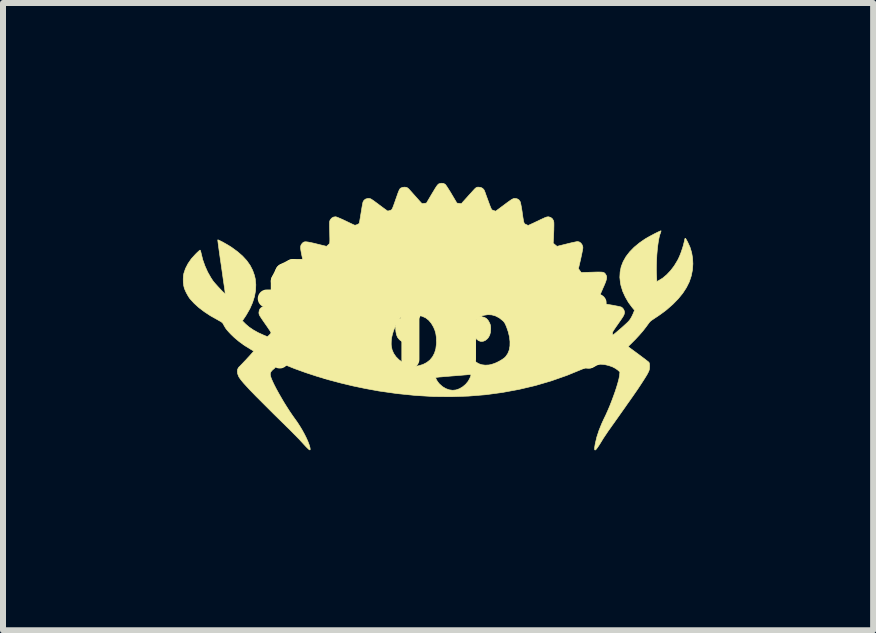
<source format=kicad_pcb>
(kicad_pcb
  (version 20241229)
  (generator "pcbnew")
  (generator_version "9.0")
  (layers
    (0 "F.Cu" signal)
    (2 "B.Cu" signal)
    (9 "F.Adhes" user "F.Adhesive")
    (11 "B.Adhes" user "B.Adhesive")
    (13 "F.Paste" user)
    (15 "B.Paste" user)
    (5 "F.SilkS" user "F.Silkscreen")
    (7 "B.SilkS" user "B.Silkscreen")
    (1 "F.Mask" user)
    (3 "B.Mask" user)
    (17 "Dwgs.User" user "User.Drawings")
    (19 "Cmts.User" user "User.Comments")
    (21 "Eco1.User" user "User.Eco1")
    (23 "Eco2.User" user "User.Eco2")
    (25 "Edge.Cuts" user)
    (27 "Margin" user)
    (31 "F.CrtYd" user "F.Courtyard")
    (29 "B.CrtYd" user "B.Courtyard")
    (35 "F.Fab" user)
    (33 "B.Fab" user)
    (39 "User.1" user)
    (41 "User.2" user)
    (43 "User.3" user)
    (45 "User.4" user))
  (footprint "ferris"
    (layer "F.Cu")
    (at 4.264 2.254)
    (property "Reference" "ferris" (at 0 0 0) (layer "F.SilkS") (effects (font (size 1.524 1.524) (thickness 0.3))))
    (attr through_hole)
    (fp_poly (pts (xy 0.076 -2.247) (xy 0.104 -2.234) (xy 0.107 -2.232) (xy 0.117 -2.221) (xy 0.133 -2.199) (xy 0.153 -2.168) (xy 0.176 -2.132) (xy 0.202 -2.09) (xy 0.216 -2.066) (xy 0.304 -1.918) (xy 0.342 -1.913) (xy 0.363 -1.91) (xy 0.377 -1.91) (xy 0.381 -1.91) (xy 0.388 -1.919) (xy 0.403 -1.937) (xy 0.425 -1.961) (xy 0.451 -1.99) (xy 0.48 -2.022) (xy 0.509 -2.055) (xy 0.538 -2.086) (xy 0.564 -2.115) (xy 0.585 -2.138) (xy 0.601 -2.155) (xy 0.607 -2.161) (xy 0.625 -2.176) (xy 0.643 -2.183) (xy 0.666 -2.184) (xy 0.703 -2.179) (xy 0.734 -2.163) (xy 0.756 -2.138) (xy 0.757 -2.136) (xy 0.764 -2.121) (xy 0.774 -2.096) (xy 0.785 -2.064) (xy 0.794 -2.039) (xy 0.821 -1.966) (xy 0.843 -1.906) (xy 0.86 -1.861) (xy 0.874 -1.829) (xy 0.883 -1.811) (xy 0.886 -1.807) (xy 0.898 -1.801) (xy 0.917 -1.794) (xy 0.922 -1.792) (xy 0.95 -1.783) (xy 1.093 -1.889) (xy 1.138 -1.923) (xy 1.173 -1.948) (xy 1.2 -1.967) (xy 1.22 -1.98) (xy 1.236 -1.988) (xy 1.248 -1.993) (xy 1.258 -1.995) (xy 1.269 -1.996) (xy 1.27 -1.996) (xy 1.307 -1.99) (xy 1.337 -1.972) (xy 1.358 -1.943) (xy 1.359 -1.941) (xy 1.364 -1.924) (xy 1.37 -1.896) (xy 1.377 -1.86) (xy 1.384 -1.818) (xy 1.39 -1.782) (xy 1.398 -1.723) (xy 1.405 -1.676) (xy 1.411 -1.641) (xy 1.416 -1.614) (xy 1.421 -1.596) (xy 1.426 -1.583) (xy 1.432 -1.575) (xy 1.44 -1.569) (xy 1.45 -1.564) (xy 1.457 -1.561) (xy 1.492 -1.545) (xy 1.546 -1.57) (xy 1.573 -1.582) (xy 1.608 -1.599) (xy 1.649 -1.618) (xy 1.69 -1.638) (xy 1.702 -1.644) (xy 1.742 -1.662) (xy 1.772 -1.676) (xy 1.794 -1.684) (xy 1.81 -1.688) (xy 1.824 -1.689) (xy 1.835 -1.689) (xy 1.869 -1.678) (xy 1.897 -1.655) (xy 1.913 -1.627) (xy 1.917 -1.615) (xy 1.92 -1.597) (xy 1.921 -1.572) (xy 1.921 -1.538) (xy 1.92 -1.492) (xy 1.92 -1.475) (xy 1.918 -1.429) (xy 1.916 -1.384) (xy 1.915 -1.344) (xy 1.913 -1.313) (xy 1.912 -1.298) (xy 1.909 -1.249) (xy 1.973 -1.197) (xy 2.134 -1.237) (xy 2.182 -1.249) (xy 2.225 -1.259) (xy 2.263 -1.267) (xy 2.292 -1.273) (xy 2.31 -1.277) (xy 2.315 -1.277) (xy 2.344 -1.27) (xy 2.37 -1.252) (xy 2.39 -1.225) (xy 2.402 -1.193) (xy 2.404 -1.172) (xy 2.402 -1.157) (xy 2.397 -1.129) (xy 2.39 -1.093) (xy 2.381 -1.05) (xy 2.371 -1.003) (xy 2.367 -0.984) (xy 2.33 -0.825) (xy 2.376 -0.761) (xy 2.556 -0.766) (xy 2.615 -0.768) (xy 2.662 -0.769) (xy 2.698 -0.768) (xy 2.724 -0.767) (xy 2.744 -0.763) (xy 2.758 -0.757) (xy 2.769 -0.749) (xy 2.778 -0.738) (xy 2.787 -0.724) (xy 2.787 -0.724) (xy 2.796 -0.707) (xy 2.8 -0.69) (xy 2.8 -0.67) (xy 2.796 -0.646) (xy 2.787 -0.615) (xy 2.772 -0.576) (xy 2.751 -0.527) (xy 2.742 -0.508) (xy 2.719 -0.454) (xy 2.7 -0.411) (xy 2.686 -0.378) (xy 2.676 -0.354) (xy 2.67 -0.336) (xy 2.667 -0.323) (xy 2.667 -0.314) (xy 2.669 -0.306) (xy 2.673 -0.298) (xy 2.678 -0.288) (xy 2.679 -0.286) (xy 2.697 -0.25) (xy 2.86 -0.222) (xy 2.908 -0.214) (xy 2.953 -0.205) (xy 2.991 -0.198) (xy 3.021 -0.191) (xy 3.04 -0.186) (xy 3.045 -0.184) (xy 3.063 -0.171) (xy 3.08 -0.151) (xy 3.084 -0.144) (xy 3.095 -0.118) (xy 3.098 -0.092) (xy 3.092 -0.063) (xy 3.076 -0.03) (xy 3.05 0.01) (xy 3.048 0.013) (xy 3.024 0.048) (xy 2.996 0.088) (xy 2.969 0.127) (xy 2.957 0.143) (xy 2.933 0.179) (xy 2.916 0.204) (xy 2.905 0.223) (xy 2.899 0.236) (xy 2.897 0.247) (xy 2.898 0.257) (xy 2.899 0.262) (xy 2.904 0.283) (xy 2.938 0.256) (xy 2.968 0.231) (xy 3.004 0.2) (xy 3.043 0.167) (xy 3.081 0.133) (xy 3.116 0.101) (xy 3.145 0.074) (xy 3.162 0.057) (xy 3.183 0.033) (xy 3.201 0.006) (xy 3.22 -0.028) (xy 3.24 -0.07) (xy 3.254 -0.104) (xy 3.265 -0.132) (xy 3.228 -0.176) (xy 3.164 -0.262) (xy 3.111 -0.354) (xy 3.068 -0.448) (xy 3.039 -0.543) (xy 3.03 -0.587) (xy 3.02 -0.68) (xy 3.025 -0.771) (xy 3.043 -0.859) (xy 3.076 -0.943) (xy 3.123 -1.026) (xy 3.184 -1.105) (xy 3.259 -1.182) (xy 3.349 -1.256) (xy 3.428 -1.311) (xy 3.453 -1.327) (xy 3.484 -1.345) (xy 3.52 -1.365) (xy 3.558 -1.385) (xy 3.595 -1.405) (xy 3.631 -1.423) (xy 3.662 -1.438) (xy 3.686 -1.449) (xy 3.702 -1.455) (xy 3.707 -1.456) (xy 3.706 -1.447) (xy 3.701 -1.431) (xy 3.699 -1.424) (xy 3.685 -1.387) (xy 3.673 -1.337) (xy 3.662 -1.276) (xy 3.652 -1.207) (xy 3.644 -1.132) (xy 3.637 -1.052) (xy 3.633 -0.97) (xy 3.63 -0.887) (xy 3.629 -0.805) (xy 3.631 -0.728) (xy 3.632 -0.716) (xy 3.637 -0.61) (xy 3.66 -0.622) (xy 3.733 -0.666) (xy 3.802 -0.724) (xy 3.868 -0.794) (xy 3.928 -0.873) (xy 3.982 -0.962) (xy 3.997 -0.991) (xy 4.017 -1.035) (xy 4.038 -1.088) (xy 4.058 -1.146) (xy 4.076 -1.203) (xy 4.089 -1.254) (xy 4.096 -1.281) (xy 4.101 -1.306) (xy 4.104 -1.32) (xy 4.107 -1.329) (xy 4.111 -1.332) (xy 4.118 -1.326) (xy 4.128 -1.31) (xy 4.143 -1.283) (xy 4.15 -1.27) (xy 4.19 -1.183) (xy 4.217 -1.094) (xy 4.233 -1.002) (xy 4.238 -0.907) (xy 4.231 -0.804) (xy 4.211 -0.704) (xy 4.178 -0.605) (xy 4.13 -0.509) (xy 4.069 -0.415) (xy 3.993 -0.322) (xy 3.904 -0.231) (xy 3.8 -0.14) (xy 3.772 -0.118) (xy 3.734 -0.09) (xy 3.69 -0.058) (xy 3.645 -0.027) (xy 3.611 -0.005) (xy 3.574 0.02) (xy 3.546 0.039) (xy 3.526 0.056) (xy 3.511 0.073) (xy 3.5 0.088) (xy 3.456 0.148) (xy 3.404 0.215) (xy 3.344 0.284) (xy 3.28 0.353) (xy 3.22 0.413) (xy 3.157 0.475) (xy 3.323 0.597) (xy 3.367 0.63) (xy 3.407 0.66) (xy 3.442 0.686) (xy 3.471 0.709) (xy 3.492 0.725) (xy 3.502 0.734) (xy 3.503 0.734) (xy 3.51 0.746) (xy 3.514 0.763) (xy 3.516 0.789) (xy 3.516 0.805) (xy 3.515 0.834) (xy 3.512 0.857) (xy 3.505 0.879) (xy 3.493 0.905) (xy 3.488 0.914) (xy 3.474 0.941) (xy 3.452 0.977) (xy 3.424 1.022) (xy 3.391 1.073) (xy 3.355 1.128) (xy 3.316 1.187) (xy 3.275 1.246) (xy 3.235 1.304) (xy 3.23 1.311) (xy 3.183 1.378) (xy 3.143 1.434) (xy 3.11 1.482) (xy 3.081 1.523) (xy 3.056 1.558) (xy 3.034 1.589) (xy 3.014 1.618) (xy 2.994 1.646) (xy 2.973 1.676) (xy 2.95 1.708) (xy 2.925 1.744) (xy 2.895 1.785) (xy 2.893 1.788) (xy 2.86 1.835) (xy 2.827 1.881) (xy 2.797 1.926) (xy 2.77 1.966) (xy 2.748 1.999) (xy 2.739 2.013) (xy 2.705 2.069) (xy 2.677 2.114) (xy 2.654 2.148) (xy 2.637 2.172) (xy 2.624 2.188) (xy 2.614 2.197) (xy 2.608 2.199) (xy 2.602 2.196) (xy 2.599 2.186) (xy 2.599 2.167) (xy 2.603 2.137) (xy 2.61 2.095) (xy 2.612 2.086) (xy 2.637 1.981) (xy 2.673 1.871) (xy 2.718 1.76) (xy 2.751 1.688) (xy 2.786 1.616) (xy 2.82 1.54) (xy 2.854 1.46) (xy 2.886 1.378) (xy 2.916 1.297) (xy 2.944 1.219) (xy 2.968 1.145) (xy 2.988 1.077) (xy 3.004 1.017) (xy 3.014 0.967) (xy 3.017 0.944) (xy 3.021 0.898) (xy 2.99 0.869) (xy 2.947 0.838) (xy 2.895 0.811) (xy 2.834 0.79) (xy 2.77 0.775) (xy 2.706 0.769) (xy 2.697 0.769) (xy 2.646 0.771) (xy 2.592 0.779) (xy 2.534 0.795) (xy 2.469 0.818) (xy 2.395 0.849) (xy 2.139 0.954) (xy 1.877 1.046) (xy 1.611 1.124) (xy 1.34 1.188) (xy 1.064 1.239) (xy 0.783 1.277) (xy 0.498 1.3) (xy 0.207 1.31) (xy -0.089 1.307) (xy -0.389 1.289) (xy -0.694 1.258) (xy -1.004 1.214) (xy -1.018 1.211) (xy -1.221 1.174) (xy -1.427 1.131) (xy -1.632 1.082) (xy -1.835 1.028) (xy -1.932 0.999) (xy -0.049 0.999) (xy -0.042 1.017) (xy -0.03 1.04) (xy -0.014 1.064) (xy 0.004 1.087) (xy 0.011 1.095) (xy 0.062 1.141) (xy 0.117 1.174) (xy 0.174 1.195) (xy 0.232 1.203) (xy 0.289 1.197) (xy 0.346 1.177) (xy 0.4 1.145) (xy 0.449 1.104) (xy 0.49 1.055) (xy 0.513 1.015) (xy 0.525 0.989) (xy 0.534 0.967) (xy 0.537 0.953) (xy 0.537 0.953) (xy 0.535 0.944) (xy 0.527 0.94) (xy 0.509 0.941) (xy 0.506 0.941) (xy 0.492 0.942) (xy 0.465 0.945) (xy 0.427 0.948) (xy 0.381 0.952) (xy 0.327 0.956) (xy 0.269 0.961) (xy 0.215 0.965) (xy 0.156 0.97) (xy 0.1 0.974) (xy 0.051 0.979) (xy 0.01 0.982) (xy -0.021 0.986) (xy -0.041 0.988) (xy -0.048 0.989) (xy -0.049 0.999) (xy -1.932 0.999) (xy -2.033 0.969) (xy -2.222 0.907) (xy -2.402 0.842) (xy -2.541 0.786) (xy -2.575 0.772) (xy -2.599 0.763) (xy -2.617 0.76) (xy -2.634 0.763) (xy -2.653 0.772) (xy -2.678 0.787) (xy -2.694 0.797) (xy -2.715 0.812) (xy -2.73 0.825) (xy -2.736 0.833) (xy -2.74 0.841) (xy -2.742 0.842) (xy -2.75 0.847) (xy -2.765 0.859) (xy -2.778 0.872) (xy -2.797 0.895) (xy -2.807 0.917) (xy -2.808 0.943) (xy -2.801 0.975) (xy -2.791 1.005) (xy -2.77 1.054) (xy -2.742 1.113) (xy -2.708 1.179) (xy -2.669 1.25) (xy -2.626 1.325) (xy -2.581 1.402) (xy -2.534 1.477) (xy -2.488 1.549) (xy -2.442 1.617) (xy -2.399 1.678) (xy -2.394 1.684) (xy -2.353 1.742) (xy -2.312 1.806) (xy -2.273 1.871) (xy -2.237 1.937) (xy -2.205 2.001) (xy -2.179 2.06) (xy -2.159 2.113) (xy -2.146 2.158) (xy -2.144 2.169) (xy -2.142 2.188) (xy -2.145 2.197) (xy -2.154 2.196) (xy -2.169 2.185) (xy -2.192 2.163) (xy -2.212 2.143) (xy -2.24 2.113) (xy -2.27 2.08) (xy -2.297 2.051) (xy -2.307 2.04) (xy -2.321 2.024) (xy -2.345 2) (xy -2.376 1.968) (xy -2.413 1.931) (xy -2.454 1.889) (xy -2.499 1.844) (xy -2.546 1.799) (xy -2.547 1.797) (xy -2.654 1.692) (xy -2.751 1.597) (xy -2.838 1.51) (xy -2.916 1.432) (xy -2.986 1.362) (xy -3.048 1.3) (xy -3.102 1.244) (xy -3.15 1.195) (xy -3.19 1.151) (xy -3.225 1.113) (xy -3.255 1.08) (xy -3.279 1.051) (xy -3.299 1.026) (xy -3.315 1.004) (xy -3.328 0.985) (xy -3.337 0.968) (xy -3.352 0.927) (xy -3.357 0.887) (xy -3.352 0.852) (xy -3.336 0.823) (xy -3.329 0.815) (xy -3.316 0.803) (xy -3.297 0.783) (xy -3.272 0.757) (xy -3.244 0.727) (xy -3.213 0.695) (xy -3.183 0.662) (xy -3.154 0.631) (xy -3.128 0.602) (xy -3.107 0.578) (xy -3.092 0.561) (xy -3.085 0.552) (xy -3.085 0.552) (xy -3.09 0.546) (xy -3.106 0.536) (xy -3.128 0.523) (xy -3.133 0.52) (xy -3.237 0.456) (xy -3.267 0.434) (xy -0.792 0.434) (xy -0.79 0.463) (xy -0.777 0.527) (xy -0.751 0.588) (xy -0.712 0.644) (xy -0.662 0.694) (xy -0.601 0.738) (xy -0.531 0.774) (xy -0.495 0.788) (xy -0.458 0.799) (xy -0.424 0.804) (xy -0.388 0.803) (xy -0.345 0.796) (xy -0.338 0.795) (xy -0.263 0.773) (xy -0.199 0.74) (xy -0.146 0.698) (xy -0.103 0.646) (xy -0.07 0.584) (xy -0.048 0.513) (xy -0.038 0.432) (xy -0.036 0.389) (xy -0.037 0.381) (xy 0.455 0.381) (xy 0.458 0.444) (xy 0.468 0.499) (xy 0.486 0.553) (xy 0.494 0.57) (xy 0.513 0.603) (xy 0.539 0.641) (xy 0.57 0.679) (xy 0.601 0.713) (xy 0.626 0.735) (xy 0.668 0.76) (xy 0.718 0.777) (xy 0.775 0.784) (xy 0.835 0.781) (xy 0.864 0.776) (xy 0.911 0.762) (xy 0.961 0.743) (xy 1.01 0.718) (xy 1.056 0.691) (xy 1.094 0.664) (xy 1.117 0.642) (xy 1.152 0.591) (xy 1.176 0.532) (xy 1.188 0.465) (xy 1.189 0.391) (xy 1.18 0.311) (xy 1.159 0.226) (xy 1.133 0.151) (xy 1.118 0.115) (xy 1.105 0.088) (xy 1.092 0.068) (xy 1.077 0.05) (xy 1.068 0.042) (xy 1.01 -0.004) (xy 0.949 -0.036) (xy 0.886 -0.054) (xy 0.821 -0.058) (xy 0.755 -0.048) (xy 0.735 -0.042) (xy 0.686 -0.025) (xy 0.723 -0.022) (xy 0.764 -0.012) (xy 0.798 0.008) (xy 0.826 0.04) (xy 0.843 0.07) (xy 0.856 0.098) (xy 0.863 0.121) (xy 0.866 0.145) (xy 0.867 0.177) (xy 0.867 0.177) (xy 0.863 0.236) (xy 0.85 0.284) (xy 0.827 0.325) (xy 0.81 0.345) (xy 0.775 0.373) (xy 0.738 0.387) (xy 0.701 0.388) (xy 0.666 0.376) (xy 0.633 0.351) (xy 0.604 0.314) (xy 0.591 0.289) (xy 0.576 0.243) (xy 0.57 0.192) (xy 0.572 0.142) (xy 0.582 0.095) (xy 0.6 0.054) (xy 0.615 0.035) (xy 0.624 0.022) (xy 0.623 0.018) (xy 0.615 0.022) (xy 0.599 0.032) (xy 0.586 0.043) (xy 0.555 0.078) (xy 0.526 0.124) (xy 0.5 0.178) (xy 0.479 0.238) (xy 0.464 0.299) (xy 0.456 0.358) (xy 0.455 0.381) (xy -0.037 0.381) (xy -0.039 0.319) (xy -0.048 0.257) (xy -0.064 0.201) (xy -0.086 0.149) (xy -0.123 0.086) (xy -0.166 0.035) (xy -0.216 -0.004) (xy -0.275 -0.031) (xy -0.344 -0.049) (xy -0.36 -0.051) (xy -0.397 -0.054) (xy -0.44 -0.053) (xy -0.484 -0.049) (xy -0.528 -0.042) (xy -0.569 -0.033) (xy -0.604 -0.023) (xy -0.631 -0.012) (xy -0.646 0.001) (xy -0.647 0.002) (xy -0.651 0.011) (xy -0.648 0.011) (xy -0.636 0.003) (xy -0.632 0.000126) (xy -0.6 -0.015) (xy -0.562 -0.021) (xy -0.526 -0.017) (xy -0.52 -0.015) (xy -0.494 -0.001) (xy -0.468 0.024) (xy -0.443 0.055) (xy -0.426 0.086) (xy -0.418 0.107) (xy -0.413 0.131) (xy -0.411 0.162) (xy -0.41 0.189) (xy -0.411 0.223) (xy -0.412 0.247) (xy -0.417 0.267) (xy -0.425 0.288) (xy -0.434 0.307) (xy -0.461 0.35) (xy -0.493 0.381) (xy -0.528 0.398) (xy -0.565 0.403) (xy -0.603 0.394) (xy -0.64 0.371) (xy -0.647 0.365) (xy -0.667 0.344) (xy -0.684 0.322) (xy -0.689 0.313) (xy -0.704 0.274) (xy -0.713 0.229) (xy -0.717 0.184) (xy -0.716 0.16) (xy -0.712 0.12) (xy -0.726 0.147) (xy -0.742 0.181) (xy -0.758 0.225) (xy -0.772 0.273) (xy -0.783 0.318) (xy -0.789 0.357) (xy -0.791 0.393) (xy -0.792 0.434) (xy -3.267 0.434) (xy -3.328 0.39) (xy -3.409 0.322) (xy -3.462 0.271) (xy -3.496 0.235) (xy -3.521 0.207) (xy -3.541 0.183) (xy -3.557 0.16) (xy -3.571 0.136) (xy -3.583 0.115) (xy -3.593 0.096) (xy -3.602 0.082) (xy -3.614 0.071) (xy -3.63 0.059) (xy -3.654 0.046) (xy -3.687 0.027) (xy -3.805 -0.039) (xy -3.908 -0.107) (xy -3.999 -0.176) (xy -4.077 -0.247) (xy -4.144 -0.32) (xy -4.157 -0.337) (xy -4.172 -0.36) (xy -4.19 -0.391) (xy -4.209 -0.426) (xy -4.225 -0.46) (xy -4.237 -0.489) (xy -4.239 -0.493) (xy -4.251 -0.54) (xy -4.258 -0.595) (xy -4.259 -0.653) (xy -4.256 -0.708) (xy -4.249 -0.745) (xy -4.221 -0.828) (xy -4.179 -0.909) (xy -4.124 -0.989) (xy -4.055 -1.065) (xy -4.054 -1.066) (xy -4.029 -1.091) (xy -4.007 -1.111) (xy -3.991 -1.126) (xy -3.982 -1.133) (xy -3.977 -1.133) (xy -3.972 -1.126) (xy -3.967 -1.109) (xy -3.96 -1.08) (xy -3.959 -1.076) (xy -3.934 -0.974) (xy -3.897 -0.87) (xy -3.852 -0.769) (xy -3.798 -0.674) (xy -3.768 -0.628) (xy -3.753 -0.608) (xy -3.732 -0.583) (xy -3.706 -0.554) (xy -3.679 -0.524) (xy -3.651 -0.494) (xy -3.624 -0.465) (xy -3.599 -0.44) (xy -3.579 -0.421) (xy -3.566 -0.41) (xy -3.56 -0.407) (xy -3.56 -0.415) (xy -3.562 -0.434) (xy -3.565 -0.463) (xy -3.57 -0.497) (xy -3.571 -0.504) (xy -3.592 -0.646) (xy -3.61 -0.774) (xy -3.626 -0.887) (xy -3.641 -0.986) (xy -3.653 -1.072) (xy -3.663 -1.144) (xy -3.671 -1.203) (xy -3.677 -1.248) (xy -3.681 -1.28) (xy -3.683 -1.299) (xy -3.683 -1.305) (xy -3.675 -1.304) (xy -3.657 -1.296) (xy -3.631 -1.283) (xy -3.599 -1.267) (xy -3.564 -1.247) (xy -3.527 -1.226) (xy -3.492 -1.205) (xy -3.46 -1.185) (xy -3.451 -1.179) (xy -3.354 -1.108) (xy -3.271 -1.036) (xy -3.201 -0.96) (xy -3.145 -0.881) (xy -3.102 -0.798) (xy -3.071 -0.711) (xy -3.058 -0.653) (xy -3.049 -0.558) (xy -3.053 -0.461) (xy -3.071 -0.361) (xy -3.103 -0.26) (xy -3.148 -0.157) (xy -3.207 -0.054) (xy -3.225 -0.026) (xy -3.273 0.045) (xy -3.217 0.101) (xy -3.161 0.149) (xy -3.092 0.196) (xy -3.012 0.241) (xy -2.922 0.282) (xy -2.898 0.292) (xy -2.854 0.31) (xy -2.822 0.279) (xy -2.791 0.247) (xy -2.805 0.223) (xy -2.813 0.21) (xy -2.829 0.187) (xy -2.849 0.157) (xy -2.873 0.122) (xy -2.894 0.092) (xy -2.926 0.046) (xy -2.95 0.011) (xy -2.968 -0.017) (xy -2.981 -0.037) (xy -2.989 -0.053) (xy -2.994 -0.066) (xy -2.996 -0.077) (xy -2.997 -0.088) (xy -2.997 -0.094) (xy -2.991 -0.131) (xy -2.975 -0.161) (xy -2.95 -0.182) (xy -2.945 -0.185) (xy -2.933 -0.188) (xy -2.909 -0.194) (xy -2.876 -0.2) (xy -2.837 -0.208) (xy -2.794 -0.216) (xy -2.749 -0.224) (xy -2.707 -0.232) (xy -2.668 -0.238) (xy -2.637 -0.243) (xy -2.615 -0.246) (xy -2.606 -0.247) (xy -2.599 -0.253) (xy -2.588 -0.268) (xy -2.58 -0.284) (xy -2.561 -0.321) (xy -2.62 -0.456) (xy -2.639 -0.499) (xy -2.656 -0.539) (xy -2.671 -0.573) (xy -2.683 -0.599) (xy -2.69 -0.615) (xy -2.69 -0.617) (xy -2.701 -0.654) (xy -2.7 -0.692) (xy -2.687 -0.725) (xy -2.664 -0.752) (xy -2.654 -0.758) (xy -2.646 -0.762) (xy -2.637 -0.765) (xy -2.624 -0.767) (xy -2.605 -0.769) (xy -2.579 -0.769) (xy -2.544 -0.769) (xy -2.498 -0.768) (xy -2.454 -0.767) (xy -2.275 -0.762) (xy -2.23 -0.824) (xy -2.267 -0.98) (xy -2.281 -1.042) (xy -2.291 -1.092) (xy -2.298 -1.132) (xy -2.302 -1.163) (xy -2.302 -1.188) (xy -2.299 -1.207) (xy -2.293 -1.222) (xy -2.284 -1.236) (xy -2.284 -1.236) (xy -2.271 -1.251) (xy -2.259 -1.262) (xy -2.245 -1.269) (xy -2.227 -1.273) (xy -2.203 -1.272) (xy -2.173 -1.268) (xy -2.133 -1.26) (xy -2.082 -1.249) (xy -2.038 -1.238) (xy -1.87 -1.197) (xy -1.851 -1.214) (xy -1.835 -1.228) (xy -1.823 -1.24) (xy -1.823 -1.24) (xy -1.819 -1.245) (xy -1.817 -1.254) (xy -1.816 -1.269) (xy -1.815 -1.292) (xy -1.815 -1.324) (xy -1.816 -1.366) (xy -1.817 -1.422) (xy -1.817 -1.429) (xy -1.819 -1.485) (xy -1.82 -1.529) (xy -1.82 -1.562) (xy -1.82 -1.586) (xy -1.819 -1.603) (xy -1.817 -1.616) (xy -1.813 -1.627) (xy -1.809 -1.636) (xy -1.808 -1.638) (xy -1.786 -1.666) (xy -1.757 -1.684) (xy -1.723 -1.69) (xy -1.713 -1.689) (xy -1.699 -1.685) (xy -1.674 -1.675) (xy -1.641 -1.661) (xy -1.602 -1.644) (xy -1.56 -1.624) (xy -1.551 -1.62) (xy -1.51 -1.6) (xy -1.472 -1.582) (xy -1.44 -1.567) (xy -1.416 -1.556) (xy -1.403 -1.55) (xy -1.401 -1.55) (xy -1.387 -1.55) (xy -1.366 -1.557) (xy -1.345 -1.566) (xy -1.329 -1.577) (xy -1.325 -1.581) (xy -1.323 -1.59) (xy -1.318 -1.611) (xy -1.313 -1.643) (xy -1.306 -1.682) (xy -1.299 -1.727) (xy -1.295 -1.75) (xy -1.287 -1.799) (xy -1.28 -1.843) (xy -1.273 -1.882) (xy -1.267 -1.912) (xy -1.263 -1.932) (xy -1.262 -1.936) (xy -1.245 -1.965) (xy -1.219 -1.985) (xy -1.184 -1.995) (xy -1.171 -1.996) (xy -1.159 -1.995) (xy -1.148 -1.994) (xy -1.137 -1.99) (xy -1.123 -1.983) (xy -1.105 -1.971) (xy -1.081 -1.955) (xy -1.049 -1.931) (xy -1.008 -1.901) (xy -0.994 -1.89) (xy -0.955 -1.861) (xy -0.92 -1.835) (xy -0.89 -1.813) (xy -0.867 -1.797) (xy -0.853 -1.787) (xy -0.85 -1.785) (xy -0.841 -1.787) (xy -0.823 -1.792) (xy -0.813 -1.795) (xy -0.802 -1.798) (xy -0.793 -1.802) (xy -0.786 -1.807) (xy -0.779 -1.815) (xy -0.772 -1.829) (xy -0.763 -1.849) (xy -0.752 -1.878) (xy -0.738 -1.917) (xy -0.72 -1.968) (xy -0.718 -1.974) (xy -0.699 -2.028) (xy -0.684 -2.071) (xy -0.672 -2.103) (xy -0.662 -2.127) (xy -0.654 -2.143) (xy -0.647 -2.154) (xy -0.641 -2.162) (xy -0.634 -2.167) (xy -0.629 -2.17) (xy -0.602 -2.18) (xy -0.571 -2.184) (xy -0.541 -2.181) (xy -0.527 -2.176) (xy -0.51 -2.164) (xy -0.498 -2.153) (xy -0.478 -2.131) (xy -0.451 -2.101) (xy -0.42 -2.066) (xy -0.386 -2.028) (xy -0.352 -1.99) (xy -0.322 -1.956) (xy -0.3 -1.932) (xy -0.287 -1.918) (xy -0.276 -1.911) (xy -0.26 -1.911) (xy -0.242 -1.913) (xy -0.204 -1.918) (xy -0.112 -2.074) (xy -0.082 -2.123) (xy -0.059 -2.162) (xy -0.04 -2.191) (xy -0.026 -2.211) (xy -0.014 -2.225) (xy -0.005 -2.234) (xy 0.004 -2.239) (xy 0.005 -2.24) (xy 0.041 -2.249) (xy 0.076 -2.247)) (stroke (width 0.01) (type solid)) (fill yes) (layer "F.SilkS")))
  (gr_rect
    (start -3 -3)
    (end 11.507 7.458)
    (stroke (width 0.1) (type default))
    (fill no)
    (layer "Edge.Cuts")))
</source>
